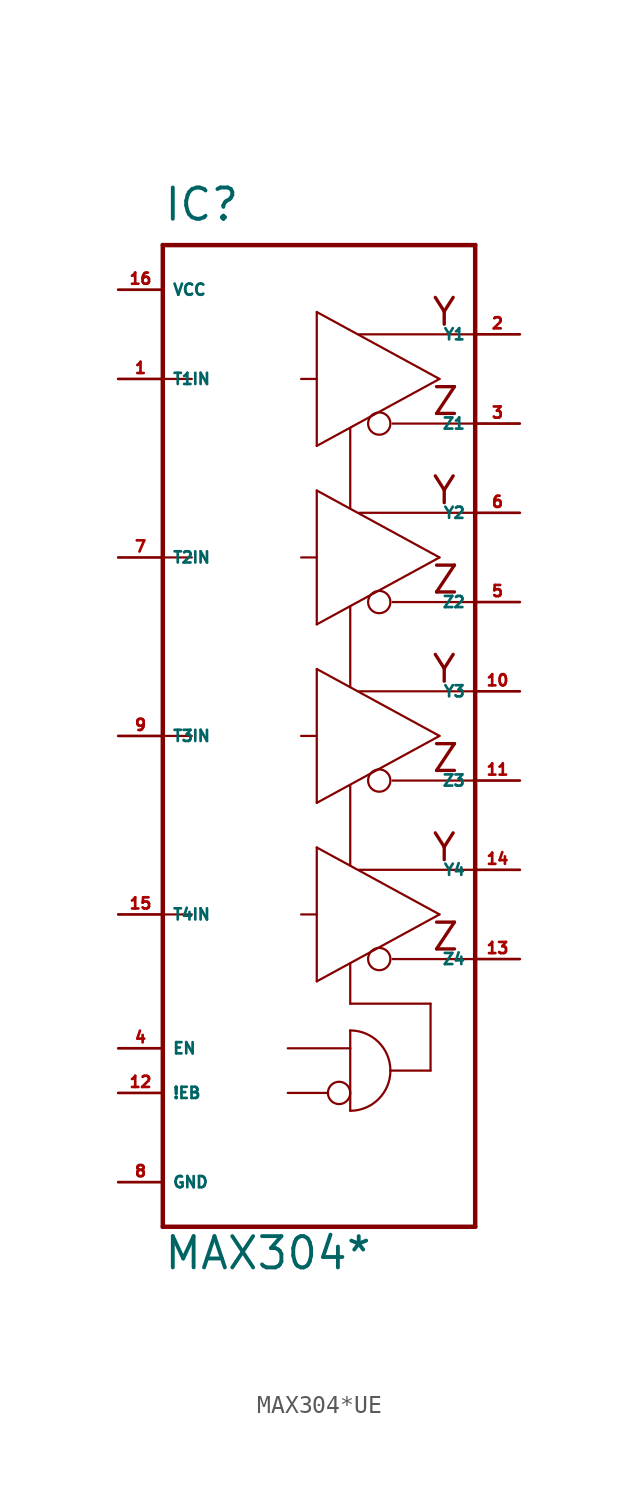
<source format=kicad_sym>
(kicad_symbol_lib
  (version 20220914)
  (generator Eagle2Kicad)
  (symbol "MAX304*UE"
    (property "Reference" "IC"
      (at -7.62 29.21 0)
      (effects (font (size 1.778 1.778) (thickness 0.22)) (justify left bottom)))
    (property "Value" "MAX304*"
      (at -7.62 -30.48 0)
      (effects (font (size 1.778 1.778) (thickness 0.22)) (justify left bottom)))
    (polyline
      (pts (xy -7.62 27.94) (xy 10.16 27.94))
      (stroke (width 0.254) (type default))
      (fill (type none)))
    (polyline
      (pts (xy 10.16 27.94) (xy 10.16 -27.94))
      (stroke (width 0.254) (type default))
      (fill (type none)))
    (polyline
      (pts (xy 10.16 -27.94) (xy -7.62 -27.94))
      (stroke (width 0.254) (type default))
      (fill (type none)))
    (polyline
      (pts (xy -7.62 27.94) (xy -7.62 20.32))
      (stroke (width 0.254) (type default))
      (fill (type none)))
    (polyline
      (pts (xy -7.62 20.32) (xy -7.62 10.16))
      (stroke (width 0.254) (type default))
      (fill (type none)))
    (polyline
      (pts (xy -7.62 10.16) (xy -7.62 0))
      (stroke (width 0.254) (type default))
      (fill (type none)))
    (polyline
      (pts (xy -7.62 0) (xy -7.62 -10.16))
      (stroke (width 0.254) (type default))
      (fill (type none)))
    (polyline
      (pts (xy -7.62 -10.16) (xy -7.62 -27.94))
      (stroke (width 0.254) (type default))
      (fill (type none)))
    (polyline
      (pts (xy 1.143 16.51) (xy 1.143 20.32))
      (stroke (width 0.127) (type default))
      (fill (type none)))
    (polyline
      (pts (xy 1.143 20.32) (xy 1.143 24.13))
      (stroke (width 0.127) (type default))
      (fill (type none)))
    (polyline
      (pts (xy 1.143 24.13) (xy 8.128 20.32))
      (stroke (width 0.127) (type default))
      (fill (type none)))
    (polyline
      (pts (xy 8.128 20.32) (xy 1.143 16.51))
      (stroke (width 0.127) (type default))
      (fill (type none)))
    (polyline
      (pts (xy 3.048 -12.954) (xy 3.048 -15.24))
      (stroke (width 0.127) (type default))
      (fill (type none)))
    (polyline
      (pts (xy 3.048 -15.24) (xy 7.62 -15.24))
      (stroke (width 0.127) (type default))
      (fill (type none)))
    (polyline
      (pts (xy 7.62 -15.24) (xy 7.62 -19.05))
      (stroke (width 0.127) (type default))
      (fill (type none)))
    (polyline
      (pts (xy 7.62 -19.05) (xy 5.334 -19.05))
      (stroke (width 0.127) (type default))
      (fill (type none)))
    (polyline
      (pts (xy -7.62 20.32) (xy -5.969 20.32))
      (stroke (width 0.127) (type default))
      (fill (type none)))
    (polyline
      (pts (xy 0.254 20.32) (xy 1.143 20.32))
      (stroke (width 0.127) (type default))
      (fill (type none)))
    (polyline
      (pts (xy 5.461 17.78) (xy 10.033 17.78))
      (stroke (width 0.127) (type default))
      (fill (type none)))
    (polyline
      (pts (xy 3.556 22.86) (xy 10.033 22.86))
      (stroke (width 0.127) (type default))
      (fill (type none)))
    (polyline
      (pts (xy 1.143 6.35) (xy 1.143 10.16))
      (stroke (width 0.127) (type default))
      (fill (type none)))
    (polyline
      (pts (xy 1.143 10.16) (xy 1.143 13.97))
      (stroke (width 0.127) (type default))
      (fill (type none)))
    (polyline
      (pts (xy 1.143 13.97) (xy 8.128 10.16))
      (stroke (width 0.127) (type default))
      (fill (type none)))
    (polyline
      (pts (xy 8.128 10.16) (xy 1.143 6.35))
      (stroke (width 0.127) (type default))
      (fill (type none)))
    (polyline
      (pts (xy 3.048 17.526) (xy 3.048 12.954))
      (stroke (width 0.127) (type default))
      (fill (type none)))
    (polyline
      (pts (xy -7.62 10.16) (xy -5.969 10.16))
      (stroke (width 0.127) (type default))
      (fill (type none)))
    (polyline
      (pts (xy 0.254 10.16) (xy 1.143 10.16))
      (stroke (width 0.127) (type default))
      (fill (type none)))
    (polyline
      (pts (xy 5.461 7.62) (xy 10.033 7.62))
      (stroke (width 0.127) (type default))
      (fill (type none)))
    (polyline
      (pts (xy 3.556 12.7) (xy 10.033 12.7))
      (stroke (width 0.127) (type default))
      (fill (type none)))
    (polyline
      (pts (xy 1.143 -3.81) (xy 1.143 0))
      (stroke (width 0.127) (type default))
      (fill (type none)))
    (polyline
      (pts (xy 1.143 0) (xy 1.143 3.81))
      (stroke (width 0.127) (type default))
      (fill (type none)))
    (polyline
      (pts (xy 1.143 3.81) (xy 8.128 0))
      (stroke (width 0.127) (type default))
      (fill (type none)))
    (polyline
      (pts (xy 8.128 0) (xy 1.143 -3.81))
      (stroke (width 0.127) (type default))
      (fill (type none)))
    (polyline
      (pts (xy 3.048 7.366) (xy 3.048 2.794))
      (stroke (width 0.127) (type default))
      (fill (type none)))
    (polyline
      (pts (xy -7.62 0) (xy -5.969 0))
      (stroke (width 0.127) (type default))
      (fill (type none)))
    (polyline
      (pts (xy 0.254 0) (xy 1.143 0))
      (stroke (width 0.127) (type default))
      (fill (type none)))
    (polyline
      (pts (xy 5.461 -2.54) (xy 10.033 -2.54))
      (stroke (width 0.127) (type default))
      (fill (type none)))
    (polyline
      (pts (xy 3.556 2.54) (xy 10.033 2.54))
      (stroke (width 0.127) (type default))
      (fill (type none)))
    (polyline
      (pts (xy 1.143 -13.97) (xy 1.143 -10.16))
      (stroke (width 0.127) (type default))
      (fill (type none)))
    (polyline
      (pts (xy 1.143 -10.16) (xy 1.143 -6.35))
      (stroke (width 0.127) (type default))
      (fill (type none)))
    (polyline
      (pts (xy 1.143 -6.35) (xy 8.128 -10.16))
      (stroke (width 0.127) (type default))
      (fill (type none)))
    (polyline
      (pts (xy 8.128 -10.16) (xy 1.143 -13.97))
      (stroke (width 0.127) (type default))
      (fill (type none)))
    (polyline
      (pts (xy 3.048 -2.794) (xy 3.048 -7.366))
      (stroke (width 0.127) (type default))
      (fill (type none)))
    (polyline
      (pts (xy -7.62 -10.16) (xy -5.969 -10.16))
      (stroke (width 0.127) (type default))
      (fill (type none)))
    (polyline
      (pts (xy 0.254 -10.16) (xy 1.143 -10.16))
      (stroke (width 0.127) (type default))
      (fill (type none)))
    (polyline
      (pts (xy 5.461 -12.7) (xy 10.033 -12.7))
      (stroke (width 0.127) (type default))
      (fill (type none)))
    (polyline
      (pts (xy 3.556 -7.62) (xy 10.033 -7.62))
      (stroke (width 0.127) (type default))
      (fill (type none)))
    (polyline
      (pts (xy 3.048 -16.764) (xy 3.048 -17.78))
      (stroke (width 0.127) (type default))
      (fill (type none)))
    (polyline
      (pts (xy 3.048 -17.78) (xy 3.048 -21.336))
      (stroke (width 0.127) (type default))
      (fill (type none)))
    (arc
      (start 5.334 -19.05)
      (mid 4.664 -17.434)
      (end 3.048 -16.764)
      (stroke (width 0.127) (type default))
      (fill (type none)))
    (arc
      (start 3.048 -21.336)
      (mid 4.664 -20.666)
      (end 5.334 -19.05)
      (stroke (width 0.127) (type default))
      (fill (type none)))
    (polyline
      (pts (xy -0.508 -17.78) (xy 3.048 -17.78))
      (stroke (width 0.127) (type default))
      (fill (type none)))
    (polyline
      (pts (xy -0.508 -20.32) (xy 1.778 -20.32))
      (stroke (width 0.127) (type default))
      (fill (type none)))
    (text "Z"
      (at 7.62 18.161 0)
      (effects (font (size 1.524 1.524) (thickness 0.19)) (justify left bottom)))
    (text "Y"
      (at 7.62 23.241 0)
      (effects (font (size 1.524 1.524) (thickness 0.19)) (justify left bottom)))
    (text "Z"
      (at 7.62 8.001 0)
      (effects (font (size 1.524 1.524) (thickness 0.19)) (justify left bottom)))
    (text "Y"
      (at 7.62 13.081 0)
      (effects (font (size 1.524 1.524) (thickness 0.19)) (justify left bottom)))
    (text "Z"
      (at 7.62 -2.159 0)
      (effects (font (size 1.524 1.524) (thickness 0.19)) (justify left bottom)))
    (text "Y"
      (at 7.62 2.921 0)
      (effects (font (size 1.524 1.524) (thickness 0.19)) (justify left bottom)))
    (text "Z"
      (at 7.62 -12.319 0)
      (effects (font (size 1.524 1.524) (thickness 0.19)) (justify left bottom)))
    (text "Y"
      (at 7.62 -7.239 0)
      (effects (font (size 1.524 1.524) (thickness 0.19)) (justify left bottom)))
    (circle
      (center 4.699 17.78)
      (radius 0.635)
      (stroke (width 0.127) (type default))
      (fill (type none)))
    (circle
      (center 4.699 7.62)
      (radius 0.635)
      (stroke (width 0.127) (type default))
      (fill (type none)))
    (circle
      (center 4.699 -2.54)
      (radius 0.635)
      (stroke (width 0.127) (type default))
      (fill (type none)))
    (circle
      (center 4.699 -12.7)
      (radius 0.635)
      (stroke (width 0.127) (type default))
      (fill (type none)))
    (circle
      (center 2.413 -20.32)
      (radius 0.635)
      (stroke (width 0.127) (type default))
      (fill (type none)))
    (pin input line
      (at -10.16 20.32 0)
      (length 2.54)
      (name "T1IN" (effects (font (size 0.635 0.635) (thickness 0.08)) (justify left bottom)))
      (number "1" (effects (font (size 0.635 0.635) (thickness 0.08)) (justify left bottom))))
    (pin output line
      (at 12.7 17.78 180)
      (length 2.54)
      (name "Z1" (effects (font (size 0.635 0.635) (thickness 0.08)) (justify left bottom)))
      (number "3" (effects (font (size 0.635 0.635) (thickness 0.08)) (justify left bottom))))
    (pin output line
      (at 12.7 22.86 180)
      (length 2.54)
      (name "Y1" (effects (font (size 0.635 0.635) (thickness 0.08)) (justify left bottom)))
      (number "2" (effects (font (size 0.635 0.635) (thickness 0.08)) (justify left bottom))))
    (pin input line
      (at -10.16 -17.78 0)
      (length 2.54)
      (name "EN" (effects (font (size 0.635 0.635) (thickness 0.08)) (justify left bottom)))
      (number "4" (effects (font (size 0.635 0.635) (thickness 0.08)) (justify left bottom))))
    (pin input line
      (at -10.16 -20.32 0)
      (length 2.54)
      (name "!EB" (effects (font (size 0.635 0.635) (thickness 0.08)) (justify left bottom)))
      (number "12" (effects (font (size 0.635 0.635) (thickness 0.08)) (justify left bottom))))
    (pin unspecified line
      (at -10.16 -25.4 0)
      (length 2.54)
      (name "GND" (effects (font (size 0.635 0.635) (thickness 0.08)) (justify left bottom)))
      (number "8" (effects (font (size 0.635 0.635) (thickness 0.08)) (justify left bottom))))
    (pin unspecified line
      (at -10.16 25.4 0)
      (length 2.54)
      (name "VCC" (effects (font (size 0.635 0.635) (thickness 0.08)) (justify left bottom)))
      (number "16" (effects (font (size 0.635 0.635) (thickness 0.08)) (justify left bottom))))
    (pin input line
      (at -10.16 10.16 0)
      (length 2.54)
      (name "T2IN" (effects (font (size 0.635 0.635) (thickness 0.08)) (justify left bottom)))
      (number "7" (effects (font (size 0.635 0.635) (thickness 0.08)) (justify left bottom))))
    (pin output line
      (at 12.7 7.62 180)
      (length 2.54)
      (name "Z2" (effects (font (size 0.635 0.635) (thickness 0.08)) (justify left bottom)))
      (number "5" (effects (font (size 0.635 0.635) (thickness 0.08)) (justify left bottom))))
    (pin output line
      (at 12.7 12.7 180)
      (length 2.54)
      (name "Y2" (effects (font (size 0.635 0.635) (thickness 0.08)) (justify left bottom)))
      (number "6" (effects (font (size 0.635 0.635) (thickness 0.08)) (justify left bottom))))
    (pin input line
      (at -10.16 0 0)
      (length 2.54)
      (name "T3IN" (effects (font (size 0.635 0.635) (thickness 0.08)) (justify left bottom)))
      (number "9" (effects (font (size 0.635 0.635) (thickness 0.08)) (justify left bottom))))
    (pin output line
      (at 12.7 -2.54 180)
      (length 2.54)
      (name "Z3" (effects (font (size 0.635 0.635) (thickness 0.08)) (justify left bottom)))
      (number "11" (effects (font (size 0.635 0.635) (thickness 0.08)) (justify left bottom))))
    (pin output line
      (at 12.7 2.54 180)
      (length 2.54)
      (name "Y3" (effects (font (size 0.635 0.635) (thickness 0.08)) (justify left bottom)))
      (number "10" (effects (font (size 0.635 0.635) (thickness 0.08)) (justify left bottom))))
    (pin input line
      (at -10.16 -10.16 0)
      (length 2.54)
      (name "T4IN" (effects (font (size 0.635 0.635) (thickness 0.08)) (justify left bottom)))
      (number "15" (effects (font (size 0.635 0.635) (thickness 0.08)) (justify left bottom))))
    (pin output line
      (at 12.7 -12.7 180)
      (length 2.54)
      (name "Z4" (effects (font (size 0.635 0.635) (thickness 0.08)) (justify left bottom)))
      (number "13" (effects (font (size 0.635 0.635) (thickness 0.08)) (justify left bottom))))
    (pin output line
      (at 12.7 -7.62 180)
      (length 2.54)
      (name "Y4" (effects (font (size 0.635 0.635) (thickness 0.08)) (justify left bottom)))
      (number "14" (effects (font (size 0.635 0.635) (thickness 0.08)) (justify left bottom))))))
</source>
